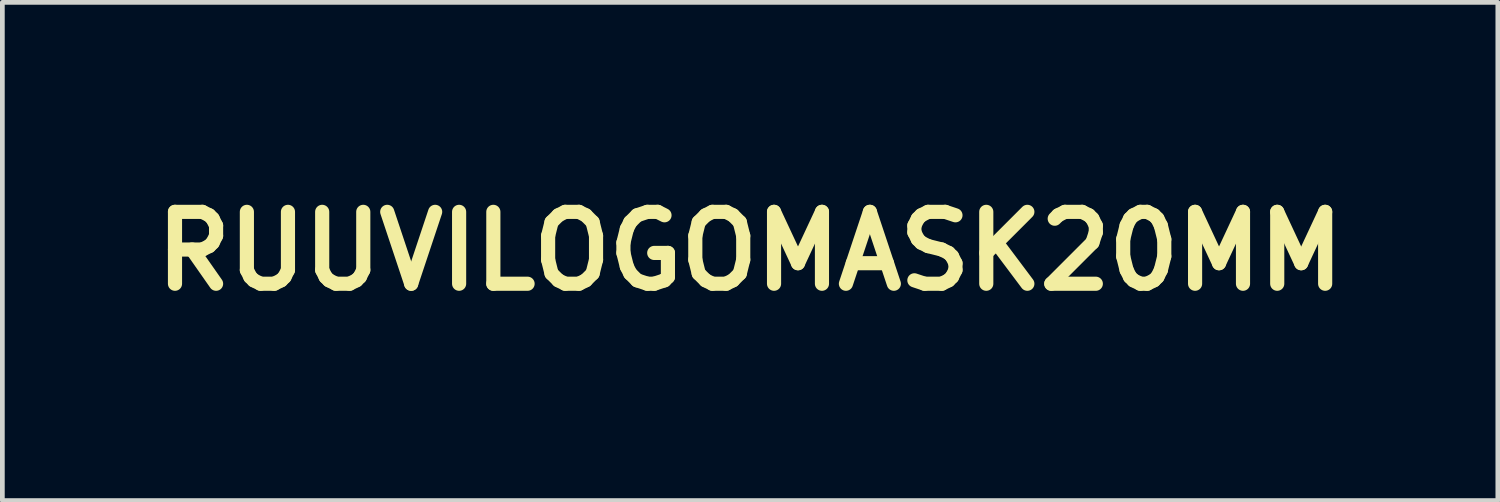
<source format=kicad_pcb>
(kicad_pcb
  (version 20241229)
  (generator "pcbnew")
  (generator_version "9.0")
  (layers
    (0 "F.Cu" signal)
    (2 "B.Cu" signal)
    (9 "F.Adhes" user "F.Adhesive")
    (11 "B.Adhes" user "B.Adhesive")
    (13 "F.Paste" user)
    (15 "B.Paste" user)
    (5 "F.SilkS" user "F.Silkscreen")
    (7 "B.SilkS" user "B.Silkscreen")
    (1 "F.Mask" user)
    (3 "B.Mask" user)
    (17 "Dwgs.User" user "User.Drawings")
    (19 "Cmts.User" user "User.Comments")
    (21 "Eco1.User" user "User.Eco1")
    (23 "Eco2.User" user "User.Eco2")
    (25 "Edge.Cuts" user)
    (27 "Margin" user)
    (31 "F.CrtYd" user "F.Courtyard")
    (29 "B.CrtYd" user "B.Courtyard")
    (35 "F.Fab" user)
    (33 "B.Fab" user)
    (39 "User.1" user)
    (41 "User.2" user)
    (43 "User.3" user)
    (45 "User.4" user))
  (footprint "RUUVILOGOMASK20MM"
    (layer "F.Cu")
    (at 12.852 2.276)
    (property "Reference" "RUUVILOGOMASK20MM" (at 0 0 0) (layer "F.SilkS") (effects (font (size 1.524 1.524) (thickness 0.3))))
    (attr through_hole)
    (fp_poly (pts (xy 4.233 -1.911) (xy 4.296 -1.902) (xy 4.303 -1.9) (xy 4.384 -1.871) (xy 4.464 -1.826) (xy 4.539 -1.77) (xy 4.607 -1.706) (xy 4.661 -1.637) (xy 4.687 -1.59) (xy 4.724 -1.494) (xy 4.743 -1.395) (xy 4.744 -1.297) (xy 4.728 -1.201) (xy 4.697 -1.108) (xy 4.65 -1.022) (xy 4.589 -0.945) (xy 4.515 -0.877) (xy 4.428 -0.821) (xy 4.362 -0.791) (xy 4.331 -0.781) (xy 4.298 -0.774) (xy 4.258 -0.769) (xy 4.206 -0.766) (xy 4.181 -0.765) (xy 4.127 -0.764) (xy 4.087 -0.765) (xy 4.055 -0.768) (xy 4.026 -0.774) (xy 3.994 -0.783) (xy 3.989 -0.785) (xy 3.892 -0.827) (xy 3.805 -0.884) (xy 3.731 -0.956) (xy 3.67 -1.039) (xy 3.624 -1.132) (xy 3.611 -1.172) (xy 3.602 -1.216) (xy 3.597 -1.276) (xy 3.595 -1.343) (xy 3.596 -1.398) (xy 3.599 -1.44) (xy 3.604 -1.474) (xy 3.612 -1.506) (xy 3.618 -1.525) (xy 3.659 -1.613) (xy 3.717 -1.695) (xy 3.787 -1.768) (xy 3.868 -1.829) (xy 3.956 -1.875) (xy 4.029 -1.9) (xy 4.091 -1.91) (xy 4.162 -1.914) (xy 4.233 -1.911)) (stroke (width 0.01) (type solid)) (fill yes) (layer "F.Mask"))
    (fp_poly (pts (xy 4.262 -0.358) (xy 4.353 -0.338) (xy 4.429 -0.306) (xy 4.492 -0.259) (xy 4.542 -0.199) (xy 4.579 -0.125) (xy 4.596 -0.066) (xy 4.599 -0.044) (xy 4.602 -0.003) (xy 4.604 0.052) (xy 4.606 0.122) (xy 4.608 0.204) (xy 4.61 0.295) (xy 4.611 0.395) (xy 4.612 0.502) (xy 4.612 0.612) (xy 4.613 0.726) (xy 4.613 0.84) (xy 4.612 0.953) (xy 4.612 1.064) (xy 4.611 1.169) (xy 4.61 1.268) (xy 4.608 1.358) (xy 4.606 1.438) (xy 4.604 1.506) (xy 4.602 1.559) (xy 4.599 1.596) (xy 4.596 1.615) (xy 4.573 1.686) (xy 4.539 1.746) (xy 4.493 1.803) (xy 4.429 1.858) (xy 4.356 1.898) (xy 4.282 1.92) (xy 4.239 1.927) (xy 4.187 1.931) (xy 4.135 1.933) (xy 4.087 1.932) (xy 4.052 1.928) (xy 4.049 1.928) (xy 3.975 1.906) (xy 3.905 1.875) (xy 3.85 1.841) (xy 3.82 1.818) (xy 3.798 1.795) (xy 3.778 1.766) (xy 3.757 1.727) (xy 3.75 1.713) (xy 3.707 1.628) (xy 3.701 1.466) (xy 3.699 1.415) (xy 3.698 1.348) (xy 3.697 1.268) (xy 3.696 1.176) (xy 3.695 1.076) (xy 3.695 0.969) (xy 3.695 0.858) (xy 3.695 0.745) (xy 3.695 0.634) (xy 3.695 0.525) (xy 3.696 0.422) (xy 3.696 0.327) (xy 3.697 0.242) (xy 3.699 0.17) (xy 3.7 0.113) (xy 3.701 0.078) (xy 3.707 0.003) (xy 3.715 -0.058) (xy 3.729 -0.107) (xy 3.748 -0.15) (xy 3.775 -0.189) (xy 3.807 -0.225) (xy 3.87 -0.282) (xy 3.94 -0.323) (xy 4.02 -0.349) (xy 4.111 -0.362) (xy 4.157 -0.364) (xy 4.262 -0.358)) (stroke (width 0.01) (type solid)) (fill yes) (layer "F.Mask"))
    (fp_poly (pts (xy 7.936 -1.163) (xy 8.042 -1.152) (xy 8.089 -1.144) (xy 8.235 -1.104) (xy 8.37 -1.049) (xy 8.494 -0.978) (xy 8.611 -0.89) (xy 8.676 -0.83) (xy 8.781 -0.714) (xy 8.869 -0.591) (xy 8.938 -0.461) (xy 8.989 -0.324) (xy 9.021 -0.179) (xy 9.036 -0.028) (xy 9.037 0.019) (xy 9.027 0.169) (xy 9 0.314) (xy 8.955 0.453) (xy 8.895 0.583) (xy 8.819 0.705) (xy 8.73 0.816) (xy 8.627 0.916) (xy 8.513 1.003) (xy 8.388 1.077) (xy 8.253 1.135) (xy 8.109 1.177) (xy 8.055 1.188) (xy 7.99 1.196) (xy 7.913 1.2) (xy 7.831 1.201) (xy 7.749 1.198) (xy 7.675 1.191) (xy 7.618 1.182) (xy 7.469 1.142) (xy 7.331 1.085) (xy 7.202 1.012) (xy 7.082 0.922) (xy 6.999 0.844) (xy 6.913 0.744) (xy 6.837 0.631) (xy 6.772 0.51) (xy 6.723 0.385) (xy 6.707 0.332) (xy 6.698 0.296) (xy 6.69 0.251) (xy 6.681 0.2) (xy 6.674 0.149) (xy 6.667 0.1) (xy 6.663 0.058) (xy 6.661 0.026) (xy 6.662 0.008) (xy 6.663 0.006) (xy 6.674 0.006) (xy 6.699 0.008) (xy 6.733 0.012) (xy 6.736 0.012) (xy 6.826 0.018) (xy 6.925 0.009) (xy 7.026 -0.013) (xy 7.125 -0.047) (xy 7.205 -0.085) (xy 7.251 -0.115) (xy 7.303 -0.157) (xy 7.357 -0.207) (xy 7.408 -0.259) (xy 7.451 -0.31) (xy 7.482 -0.354) (xy 7.531 -0.448) (xy 7.564 -0.54) (xy 7.583 -0.635) (xy 7.59 -0.74) (xy 7.591 -0.757) (xy 7.588 -0.843) (xy 7.579 -0.917) (xy 7.562 -0.985) (xy 7.538 -1.053) (xy 7.536 -1.056) (xy 7.524 -1.087) (xy 7.517 -1.11) (xy 7.516 -1.12) (xy 7.527 -1.124) (xy 7.552 -1.13) (xy 7.589 -1.139) (xy 7.616 -1.145) (xy 7.716 -1.16) (xy 7.825 -1.166) (xy 7.936 -1.163)) (stroke (width 0.01) (type solid)) (fill yes) (layer "F.Mask"))
    (fp_poly (pts (xy -8.087 -1.884) (xy -8.059 -1.881) (xy -8.036 -1.877) (xy -8.012 -1.87) (xy -8.002 -1.866) (xy -7.917 -1.828) (xy -7.846 -1.776) (xy -7.787 -1.711) (xy -7.744 -1.635) (xy -7.715 -1.55) (xy -7.703 -1.457) (xy -7.707 -1.357) (xy -7.708 -1.35) (xy -7.728 -1.261) (xy -7.76 -1.185) (xy -7.806 -1.122) (xy -7.865 -1.07) (xy -7.94 -1.029) (xy -8.03 -0.999) (xy -8.137 -0.978) (xy -8.143 -0.977) (xy -8.262 -0.957) (xy -8.366 -0.93) (xy -8.457 -0.895) (xy -8.538 -0.851) (xy -8.611 -0.797) (xy -8.638 -0.772) (xy -8.703 -0.706) (xy -8.752 -0.641) (xy -8.79 -0.572) (xy -8.814 -0.511) (xy -8.842 -0.431) (xy -8.847 0.564) (xy -8.848 0.729) (xy -8.849 0.876) (xy -8.85 1.006) (xy -8.851 1.12) (xy -8.852 1.219) (xy -8.853 1.305) (xy -8.854 1.378) (xy -8.856 1.44) (xy -8.858 1.492) (xy -8.861 1.536) (xy -8.864 1.572) (xy -8.867 1.601) (xy -8.872 1.625) (xy -8.877 1.646) (xy -8.883 1.663) (xy -8.889 1.679) (xy -8.897 1.694) (xy -8.906 1.711) (xy -8.912 1.722) (xy -8.954 1.783) (xy -9.009 1.837) (xy -9.071 1.88) (xy -9.078 1.883) (xy -9.145 1.908) (xy -9.222 1.925) (xy -9.304 1.933) (xy -9.384 1.93) (xy -9.443 1.92) (xy -9.513 1.897) (xy -9.582 1.863) (xy -9.64 1.822) (xy -9.681 1.776) (xy -9.716 1.717) (xy -9.743 1.65) (xy -9.759 1.579) (xy -9.76 1.566) (xy -9.762 1.543) (xy -9.763 1.502) (xy -9.764 1.445) (xy -9.765 1.373) (xy -9.766 1.289) (xy -9.766 1.194) (xy -9.767 1.089) (xy -9.768 0.977) (xy -9.768 0.859) (xy -9.768 0.737) (xy -9.768 0.613) (xy -9.768 0.487) (xy -9.768 0.363) (xy -9.768 0.242) (xy -9.767 0.125) (xy -9.767 0.014) (xy -9.766 -0.089) (xy -9.765 -0.183) (xy -9.764 -0.265) (xy -9.763 -0.335) (xy -9.762 -0.389) (xy -9.761 -0.427) (xy -9.76 -0.44) (xy -9.739 -0.612) (xy -9.701 -0.775) (xy -9.646 -0.929) (xy -9.573 -1.077) (xy -9.482 -1.217) (xy -9.373 -1.351) (xy -9.306 -1.422) (xy -9.175 -1.541) (xy -9.04 -1.641) (xy -8.899 -1.724) (xy -8.751 -1.788) (xy -8.594 -1.836) (xy -8.428 -1.867) (xy -8.252 -1.882) (xy -8.231 -1.883) (xy -8.168 -1.884) (xy -8.122 -1.885) (xy -8.087 -1.884)) (stroke (width 0.01) (type solid)) (fill yes) (layer "F.Mask"))
    (fp_poly (pts (xy -6.692 -1.869) (xy -6.601 -1.848) (xy -6.52 -1.812) (xy -6.449 -1.762) (xy -6.391 -1.7) (xy -6.347 -1.628) (xy -6.319 -1.547) (xy -6.311 -1.5) (xy -6.309 -1.481) (xy -6.308 -1.443) (xy -6.307 -1.389) (xy -6.306 -1.32) (xy -6.304 -1.236) (xy -6.303 -1.141) (xy -6.302 -1.034) (xy -6.301 -0.918) (xy -6.3 -0.795) (xy -6.299 -0.664) (xy -6.298 -0.528) (xy -6.298 -0.459) (xy -6.297 -0.3) (xy -6.296 -0.159) (xy -6.295 -0.035) (xy -6.295 0.073) (xy -6.294 0.166) (xy -6.293 0.246) (xy -6.292 0.314) (xy -6.291 0.37) (xy -6.29 0.417) (xy -6.289 0.455) (xy -6.287 0.485) (xy -6.285 0.51) (xy -6.283 0.529) (xy -6.281 0.545) (xy -6.278 0.558) (xy -6.275 0.569) (xy -6.272 0.581) (xy -6.272 0.581) (xy -6.232 0.68) (xy -6.175 0.769) (xy -6.104 0.848) (xy -6.021 0.915) (xy -5.927 0.968) (xy -5.824 1.006) (xy -5.754 1.022) (xy -5.637 1.032) (xy -5.521 1.024) (xy -5.407 0.996) (xy -5.3 0.953) (xy -5.203 0.895) (xy -5.118 0.822) (xy -5.046 0.735) (xy -4.988 0.634) (xy -4.982 0.621) (xy -4.973 0.6) (xy -4.964 0.582) (xy -4.957 0.564) (xy -4.95 0.545) (xy -4.944 0.525) (xy -4.939 0.502) (xy -4.935 0.475) (xy -4.932 0.443) (xy -4.929 0.404) (xy -4.926 0.357) (xy -4.924 0.301) (xy -4.922 0.235) (xy -4.921 0.158) (xy -4.92 0.069) (xy -4.919 -0.035) (xy -4.918 -0.154) (xy -4.917 -0.289) (xy -4.916 -0.441) (xy -4.915 -0.562) (xy -4.909 -1.559) (xy -4.873 -1.633) (xy -4.823 -1.711) (xy -4.759 -1.778) (xy -4.682 -1.829) (xy -4.662 -1.84) (xy -4.636 -1.852) (xy -4.614 -1.86) (xy -4.592 -1.866) (xy -4.566 -1.869) (xy -4.531 -1.87) (xy -4.482 -1.871) (xy -4.454 -1.871) (xy -4.312 -1.871) (xy -4.238 -1.834) (xy -4.169 -1.791) (xy -4.107 -1.736) (xy -4.056 -1.673) (xy -4.034 -1.635) (xy -4.01 -1.587) (xy -4.01 0.601) (xy -4.042 0.725) (xy -4.088 0.881) (xy -4.144 1.024) (xy -4.212 1.155) (xy -4.294 1.279) (xy -4.391 1.398) (xy -4.469 1.481) (xy -4.598 1.598) (xy -4.732 1.697) (xy -4.874 1.778) (xy -5.024 1.843) (xy -5.183 1.891) (xy -5.246 1.905) (xy -5.341 1.921) (xy -5.442 1.933) (xy -5.544 1.94) (xy -5.641 1.942) (xy -5.726 1.938) (xy -5.735 1.938) (xy -5.891 1.918) (xy -6.032 1.891) (xy -6.161 1.854) (xy -6.282 1.808) (xy -6.398 1.75) (xy -6.433 1.73) (xy -6.577 1.635) (xy -6.71 1.525) (xy -6.829 1.402) (xy -6.934 1.268) (xy -7.024 1.124) (xy -7.098 0.972) (xy -7.153 0.813) (xy -7.155 0.806) (xy -7.164 0.774) (xy -7.172 0.745) (xy -7.18 0.718) (xy -7.186 0.692) (xy -7.191 0.665) (xy -7.196 0.636) (xy -7.2 0.603) (xy -7.203 0.566) (xy -7.206 0.523) (xy -7.208 0.473) (xy -7.21 0.415) (xy -7.212 0.346) (xy -7.213 0.267) (xy -7.214 0.175) (xy -7.214 0.07) (xy -7.215 -0.051) (xy -7.216 -0.187) (xy -7.216 -0.341) (xy -7.217 -0.442) (xy -7.217 -0.618) (xy -7.218 -0.78) (xy -7.218 -0.927) (xy -7.217 -1.059) (xy -7.217 -1.176) (xy -7.216 -1.276) (xy -7.216 -1.359) (xy -7.214 -1.424) (xy -7.213 -1.472) (xy -7.211 -1.501) (xy -7.211 -1.506) (xy -7.19 -1.594) (xy -7.152 -1.672) (xy -7.101 -1.739) (xy -7.037 -1.794) (xy -6.962 -1.836) (xy -6.878 -1.862) (xy -6.786 -1.874) (xy -6.692 -1.869)) (stroke (width 0.01) (type solid)) (fill yes) (layer "F.Mask"))
    (fp_poly (pts (xy 7.567 -2.27) (xy 7.648 -2.268) (xy 7.718 -2.263) (xy 7.762 -2.259) (xy 7.977 -2.219) (xy 8.183 -2.163) (xy 8.38 -2.091) (xy 8.568 -2.001) (xy 8.744 -1.896) (xy 8.905 -1.779) (xy 9.065 -1.639) (xy 9.209 -1.486) (xy 9.339 -1.322) (xy 9.452 -1.148) (xy 9.549 -0.963) (xy 9.629 -0.769) (xy 9.693 -0.567) (xy 9.738 -0.357) (xy 9.751 -0.274) (xy 9.755 -0.233) (xy 9.759 -0.177) (xy 9.762 -0.114) (xy 9.763 -0.046) (xy 9.764 0.005) (xy 9.762 0.107) (xy 9.758 0.197) (xy 9.75 0.281) (xy 9.738 0.365) (xy 9.721 0.456) (xy 9.714 0.488) (xy 9.676 0.637) (xy 9.625 0.791) (xy 9.562 0.943) (xy 9.491 1.089) (xy 9.414 1.223) (xy 9.393 1.255) (xy 9.266 1.428) (xy 9.127 1.586) (xy 8.975 1.73) (xy 8.811 1.858) (xy 8.637 1.971) (xy 8.453 2.068) (xy 8.261 2.147) (xy 8.06 2.21) (xy 7.852 2.254) (xy 7.801 2.262) (xy 7.74 2.269) (xy 7.666 2.275) (xy 7.584 2.279) (xy 7.499 2.281) (xy 7.417 2.281) (xy 7.344 2.28) (xy 7.284 2.276) (xy 7.281 2.276) (xy 7.071 2.246) (xy 6.865 2.197) (xy 6.665 2.13) (xy 6.472 2.045) (xy 6.287 1.942) (xy 6.223 1.902) (xy 6.068 1.789) (xy 5.921 1.661) (xy 5.786 1.522) (xy 5.757 1.489) (xy 5.628 1.323) (xy 5.516 1.149) (xy 5.421 0.967) (xy 5.343 0.779) (xy 5.283 0.586) (xy 5.24 0.388) (xy 5.215 0.188) (xy 5.208 0.005) (xy 5.637 0.005) (xy 5.644 0.179) (xy 5.665 0.344) (xy 5.701 0.503) (xy 5.754 0.66) (xy 5.823 0.816) (xy 5.914 0.981) (xy 6.02 1.135) (xy 6.142 1.277) (xy 6.28 1.407) (xy 6.432 1.525) (xy 6.461 1.545) (xy 6.598 1.629) (xy 6.737 1.698) (xy 6.882 1.755) (xy 7.035 1.799) (xy 7.201 1.833) (xy 7.322 1.85) (xy 7.361 1.853) (xy 7.414 1.854) (xy 7.476 1.855) (xy 7.541 1.854) (xy 7.604 1.852) (xy 7.659 1.848) (xy 7.686 1.846) (xy 7.773 1.834) (xy 7.869 1.816) (xy 7.964 1.793) (xy 8.052 1.769) (xy 8.088 1.757) (xy 8.15 1.733) (xy 8.222 1.702) (xy 8.3 1.664) (xy 8.377 1.624) (xy 8.45 1.584) (xy 8.514 1.546) (xy 8.553 1.52) (xy 8.697 1.405) (xy 8.831 1.277) (xy 8.952 1.138) (xy 9.002 1.071) (xy 9.037 1.017) (xy 9.077 0.951) (xy 9.118 0.875) (xy 9.157 0.797) (xy 9.194 0.72) (xy 9.224 0.65) (xy 9.24 0.605) (xy 9.29 0.431) (xy 9.322 0.251) (xy 9.337 0.068) (xy 9.334 -0.116) (xy 9.314 -0.299) (xy 9.276 -0.477) (xy 9.24 -0.595) (xy 9.216 -0.658) (xy 9.184 -0.73) (xy 9.147 -0.808) (xy 9.107 -0.886) (xy 9.066 -0.96) (xy 9.027 -1.023) (xy 9.002 -1.061) (xy 8.889 -1.204) (xy 8.76 -1.338) (xy 8.62 -1.459) (xy 8.553 -1.51) (xy 8.5 -1.545) (xy 8.434 -1.584) (xy 8.36 -1.624) (xy 8.282 -1.664) (xy 8.205 -1.7) (xy 8.135 -1.73) (xy 8.088 -1.747) (xy 7.918 -1.796) (xy 7.74 -1.828) (xy 7.558 -1.844) (xy 7.376 -1.842) (xy 7.196 -1.823) (xy 7.027 -1.789) (xy 6.848 -1.733) (xy 6.676 -1.659) (xy 6.514 -1.57) (xy 6.361 -1.465) (xy 6.22 -1.346) (xy 6.092 -1.213) (xy 5.977 -1.068) (xy 5.877 -0.911) (xy 5.812 -0.786) (xy 5.744 -0.623) (xy 5.693 -0.461) (xy 5.659 -0.295) (xy 5.641 -0.122) (xy 5.637 0.005) (xy 5.208 0.005) (xy 5.207 -0.013) (xy 5.218 -0.215) (xy 5.246 -0.416) (xy 5.293 -0.615) (xy 5.358 -0.811) (xy 5.441 -1) (xy 5.542 -1.184) (xy 5.658 -1.357) (xy 5.789 -1.516) (xy 5.933 -1.663) (xy 6.089 -1.795) (xy 6.256 -1.913) (xy 6.435 -2.016) (xy 6.623 -2.103) (xy 6.819 -2.173) (xy 7.024 -2.227) (xy 7.171 -2.253) (xy 7.232 -2.26) (xy 7.307 -2.266) (xy 7.391 -2.269) (xy 7.48 -2.271) (xy 7.567 -2.27)) (stroke (width 0.01) (type solid)) (fill yes) (layer "F.Mask"))
    (fp_poly (pts (xy -0.757 -1.884) (xy -0.706 -1.882) (xy -0.669 -1.879) (xy -0.64 -1.875) (xy -0.615 -1.867) (xy -0.586 -1.855) (xy -0.567 -1.846) (xy -0.488 -1.798) (xy -0.422 -1.736) (xy -0.369 -1.662) (xy -0.358 -1.641) (xy -0.327 -1.578) (xy -0.325 -0.802) (xy -0.324 -0.67) (xy -0.324 -0.537) (xy -0.324 -0.404) (xy -0.325 -0.275) (xy -0.325 -0.151) (xy -0.326 -0.034) (xy -0.327 0.072) (xy -0.328 0.165) (xy -0.33 0.243) (xy -0.331 0.297) (xy -0.333 0.386) (xy -0.336 0.457) (xy -0.338 0.515) (xy -0.34 0.561) (xy -0.343 0.598) (xy -0.347 0.629) (xy -0.351 0.657) (xy -0.357 0.684) (xy -0.364 0.713) (xy -0.371 0.737) (xy -0.426 0.91) (xy -0.497 1.073) (xy -0.585 1.225) (xy -0.688 1.366) (xy -0.808 1.495) (xy -0.943 1.613) (xy -0.972 1.635) (xy -1.03 1.674) (xy -1.102 1.717) (xy -1.18 1.759) (xy -1.26 1.798) (xy -1.335 1.831) (xy -1.39 1.851) (xy -1.524 1.888) (xy -1.669 1.914) (xy -1.82 1.929) (xy -1.972 1.933) (xy -2.12 1.925) (xy -2.144 1.923) (xy -2.252 1.906) (xy -2.366 1.88) (xy -2.478 1.848) (xy -2.535 1.828) (xy -2.684 1.761) (xy -2.826 1.678) (xy -2.959 1.579) (xy -3.082 1.467) (xy -3.194 1.342) (xy -3.292 1.207) (xy -3.375 1.063) (xy -3.441 0.912) (xy -3.453 0.881) (xy -3.486 0.772) (xy -3.51 0.662) (xy -3.527 0.545) (xy -3.537 0.425) (xy -3.538 0.388) (xy -3.54 0.333) (xy -3.541 0.264) (xy -3.542 0.181) (xy -3.543 0.086) (xy -3.544 -0.018) (xy -3.544 -0.13) (xy -3.545 -0.248) (xy -3.545 -0.369) (xy -3.545 -0.493) (xy -3.545 -0.618) (xy -3.545 -0.74) (xy -3.545 -0.86) (xy -3.544 -0.974) (xy -3.544 -1.081) (xy -3.543 -1.179) (xy -3.542 -1.266) (xy -3.541 -1.34) (xy -3.54 -1.4) (xy -3.538 -1.444) (xy -3.537 -1.463) (xy -3.533 -1.515) (xy -3.528 -1.553) (xy -3.52 -1.583) (xy -3.509 -1.613) (xy -3.494 -1.645) (xy -3.446 -1.721) (xy -3.385 -1.783) (xy -3.313 -1.83) (xy -3.23 -1.862) (xy -3.139 -1.879) (xy -3.04 -1.878) (xy -3.015 -1.876) (xy -2.922 -1.855) (xy -2.839 -1.818) (xy -2.767 -1.765) (xy -2.707 -1.697) (xy -2.669 -1.633) (xy -2.633 -1.559) (xy -2.627 -1.134) (xy -2.625 -1.04) (xy -2.624 -0.931) (xy -2.623 -0.81) (xy -2.622 -0.68) (xy -2.621 -0.545) (xy -2.62 -0.41) (xy -2.62 -0.277) (xy -2.619 -0.151) (xy -2.619 -0.112) (xy -2.619 0.017) (xy -2.619 0.127) (xy -2.618 0.222) (xy -2.617 0.302) (xy -2.616 0.369) (xy -2.614 0.425) (xy -2.611 0.471) (xy -2.607 0.509) (xy -2.603 0.54) (xy -2.597 0.567) (xy -2.59 0.591) (xy -2.581 0.614) (xy -2.571 0.637) (xy -2.559 0.661) (xy -2.555 0.669) (xy -2.505 0.752) (xy -2.438 0.827) (xy -2.359 0.894) (xy -2.271 0.95) (xy -2.176 0.991) (xy -2.139 1.003) (xy -2.086 1.013) (xy -2.02 1.019) (xy -1.948 1.02) (xy -1.877 1.018) (xy -1.813 1.011) (xy -1.768 1.002) (xy -1.655 0.962) (xy -1.553 0.907) (xy -1.465 0.837) (xy -1.389 0.755) (xy -1.328 0.659) (xy -1.319 0.64) (xy -1.307 0.617) (xy -1.297 0.597) (xy -1.288 0.578) (xy -1.281 0.559) (xy -1.274 0.539) (xy -1.268 0.517) (xy -1.263 0.492) (xy -1.259 0.462) (xy -1.255 0.426) (xy -1.252 0.383) (xy -1.25 0.331) (xy -1.248 0.27) (xy -1.246 0.198) (xy -1.245 0.114) (xy -1.244 0.016) (xy -1.243 -0.095) (xy -1.242 -0.223) (xy -1.242 -0.367) (xy -1.241 -0.53) (xy -1.241 -0.552) (xy -1.239 -0.737) (xy -1.238 -0.904) (xy -1.237 -1.053) (xy -1.235 -1.184) (xy -1.234 -1.297) (xy -1.232 -1.391) (xy -1.23 -1.466) (xy -1.228 -1.522) (xy -1.226 -1.559) (xy -1.224 -1.577) (xy -1.224 -1.578) (xy -1.184 -1.667) (xy -1.13 -1.741) (xy -1.063 -1.802) (xy -0.983 -1.848) (xy -0.937 -1.866) (xy -0.906 -1.876) (xy -0.877 -1.881) (xy -0.844 -1.884) (xy -0.801 -1.885) (xy -0.757 -1.884)) (stroke (width 0.01) (type solid)) (fill yes) (layer "F.Mask"))
    (fp_poly (pts (xy 0.654 -1.888) (xy 0.733 -1.868) (xy 0.773 -1.852) (xy 0.81 -1.829) (xy 0.85 -1.793) (xy 0.89 -1.75) (xy 0.925 -1.704) (xy 0.947 -1.666) (xy 0.955 -1.648) (xy 0.97 -1.613) (xy 0.99 -1.563) (xy 1.016 -1.5) (xy 1.046 -1.423) (xy 1.081 -1.336) (xy 1.12 -1.239) (xy 1.162 -1.134) (xy 1.207 -1.022) (xy 1.253 -0.905) (xy 1.292 -0.806) (xy 1.353 -0.653) (xy 1.406 -0.518) (xy 1.454 -0.398) (xy 1.495 -0.294) (xy 1.531 -0.204) (xy 1.562 -0.127) (xy 1.587 -0.062) (xy 1.609 -0.008) (xy 1.627 0.035) (xy 1.641 0.07) (xy 1.653 0.096) (xy 1.661 0.115) (xy 1.668 0.128) (xy 1.672 0.135) (xy 1.676 0.139) (xy 1.678 0.139) (xy 1.68 0.138) (xy 1.681 0.135) (xy 1.682 0.134) (xy 1.687 0.122) (xy 1.698 0.094) (xy 1.716 0.051) (xy 1.739 -0.006) (xy 1.767 -0.076) (xy 1.799 -0.158) (xy 1.836 -0.249) (xy 1.875 -0.348) (xy 1.918 -0.455) (xy 1.962 -0.567) (xy 1.982 -0.617) (xy 2.046 -0.778) (xy 2.102 -0.921) (xy 2.153 -1.048) (xy 2.198 -1.161) (xy 2.237 -1.259) (xy 2.271 -1.344) (xy 2.3 -1.417) (xy 2.326 -1.48) (xy 2.347 -1.532) (xy 2.365 -1.576) (xy 2.381 -1.612) (xy 2.393 -1.641) (xy 2.404 -1.664) (xy 2.413 -1.682) (xy 2.421 -1.697) (xy 2.428 -1.71) (xy 2.435 -1.72) (xy 2.439 -1.727) (xy 2.484 -1.782) (xy 2.537 -1.826) (xy 2.604 -1.863) (xy 2.605 -1.864) (xy 2.63 -1.875) (xy 2.652 -1.882) (xy 2.677 -1.887) (xy 2.707 -1.889) (xy 2.75 -1.89) (xy 2.789 -1.89) (xy 2.845 -1.889) (xy 2.886 -1.887) (xy 2.916 -1.884) (xy 2.942 -1.878) (xy 2.967 -1.868) (xy 2.969 -1.868) (xy 3.039 -1.831) (xy 3.106 -1.783) (xy 3.165 -1.727) (xy 3.209 -1.671) (xy 3.23 -1.629) (xy 3.249 -1.576) (xy 3.264 -1.52) (xy 3.267 -1.502) (xy 3.269 -1.489) (xy 3.271 -1.477) (xy 3.271 -1.463) (xy 3.27 -1.448) (xy 3.267 -1.429) (xy 3.262 -1.407) (xy 3.254 -1.379) (xy 3.244 -1.346) (xy 3.23 -1.306) (xy 3.213 -1.258) (xy 3.193 -1.201) (xy 3.168 -1.134) (xy 3.138 -1.056) (xy 3.104 -0.967) (xy 3.064 -0.864) (xy 3.019 -0.748) (xy 2.968 -0.617) (xy 2.91 -0.471) (xy 2.846 -0.307) (xy 2.816 -0.23) (xy 2.728 -0.006) (xy 2.647 0.199) (xy 2.573 0.388) (xy 2.505 0.561) (xy 2.443 0.718) (xy 2.386 0.861) (xy 2.335 0.99) (xy 2.289 1.106) (xy 2.247 1.209) (xy 2.211 1.301) (xy 2.178 1.382) (xy 2.149 1.452) (xy 2.124 1.513) (xy 2.102 1.565) (xy 2.083 1.609) (xy 2.067 1.645) (xy 2.053 1.675) (xy 2.041 1.699) (xy 2.032 1.718) (xy 2.023 1.732) (xy 2.021 1.736) (xy 1.969 1.804) (xy 1.91 1.861) (xy 1.848 1.903) (xy 1.83 1.912) (xy 1.775 1.93) (xy 1.71 1.94) (xy 1.643 1.942) (xy 1.582 1.935) (xy 1.559 1.929) (xy 1.507 1.908) (xy 1.461 1.879) (xy 1.415 1.839) (xy 1.387 1.811) (xy 1.375 1.798) (xy 1.364 1.786) (xy 1.354 1.774) (xy 1.344 1.762) (xy 1.334 1.748) (xy 1.324 1.731) (xy 1.312 1.711) (xy 1.299 1.686) (xy 1.285 1.655) (xy 1.268 1.617) (xy 1.248 1.572) (xy 1.226 1.518) (xy 1.2 1.454) (xy 1.17 1.38) (xy 1.135 1.294) (xy 1.096 1.195) (xy 1.051 1.083) (xy 1.001 0.956) (xy 0.945 0.813) (xy 0.882 0.654) (xy 0.843 0.557) (xy 0.786 0.413) (xy 0.729 0.268) (xy 0.671 0.122) (xy 0.614 -0.024) (xy 0.557 -0.168) (xy 0.502 -0.309) (xy 0.448 -0.446) (xy 0.396 -0.578) (xy 0.347 -0.703) (xy 0.301 -0.821) (xy 0.259 -0.93) (xy 0.22 -1.028) (xy 0.187 -1.115) (xy 0.158 -1.189) (xy 0.134 -1.25) (xy 0.117 -1.295) (xy 0.106 -1.325) (xy 0.103 -1.333) (xy 0.084 -1.417) (xy 0.084 -1.5) (xy 0.1 -1.58) (xy 0.133 -1.656) (xy 0.18 -1.725) (xy 0.241 -1.786) (xy 0.314 -1.836) (xy 0.398 -1.873) (xy 0.408 -1.876) (xy 0.485 -1.892) (xy 0.57 -1.895) (xy 0.654 -1.888)) (stroke (width 0.01) (type solid)) (fill yes) (layer "F.Mask")))
  (gr_rect
    (start -3 -3)
    (end 28.705 7.562)
    (stroke (width 0.1) (type default))
    (fill no)
    (layer "Edge.Cuts")))
</source>
